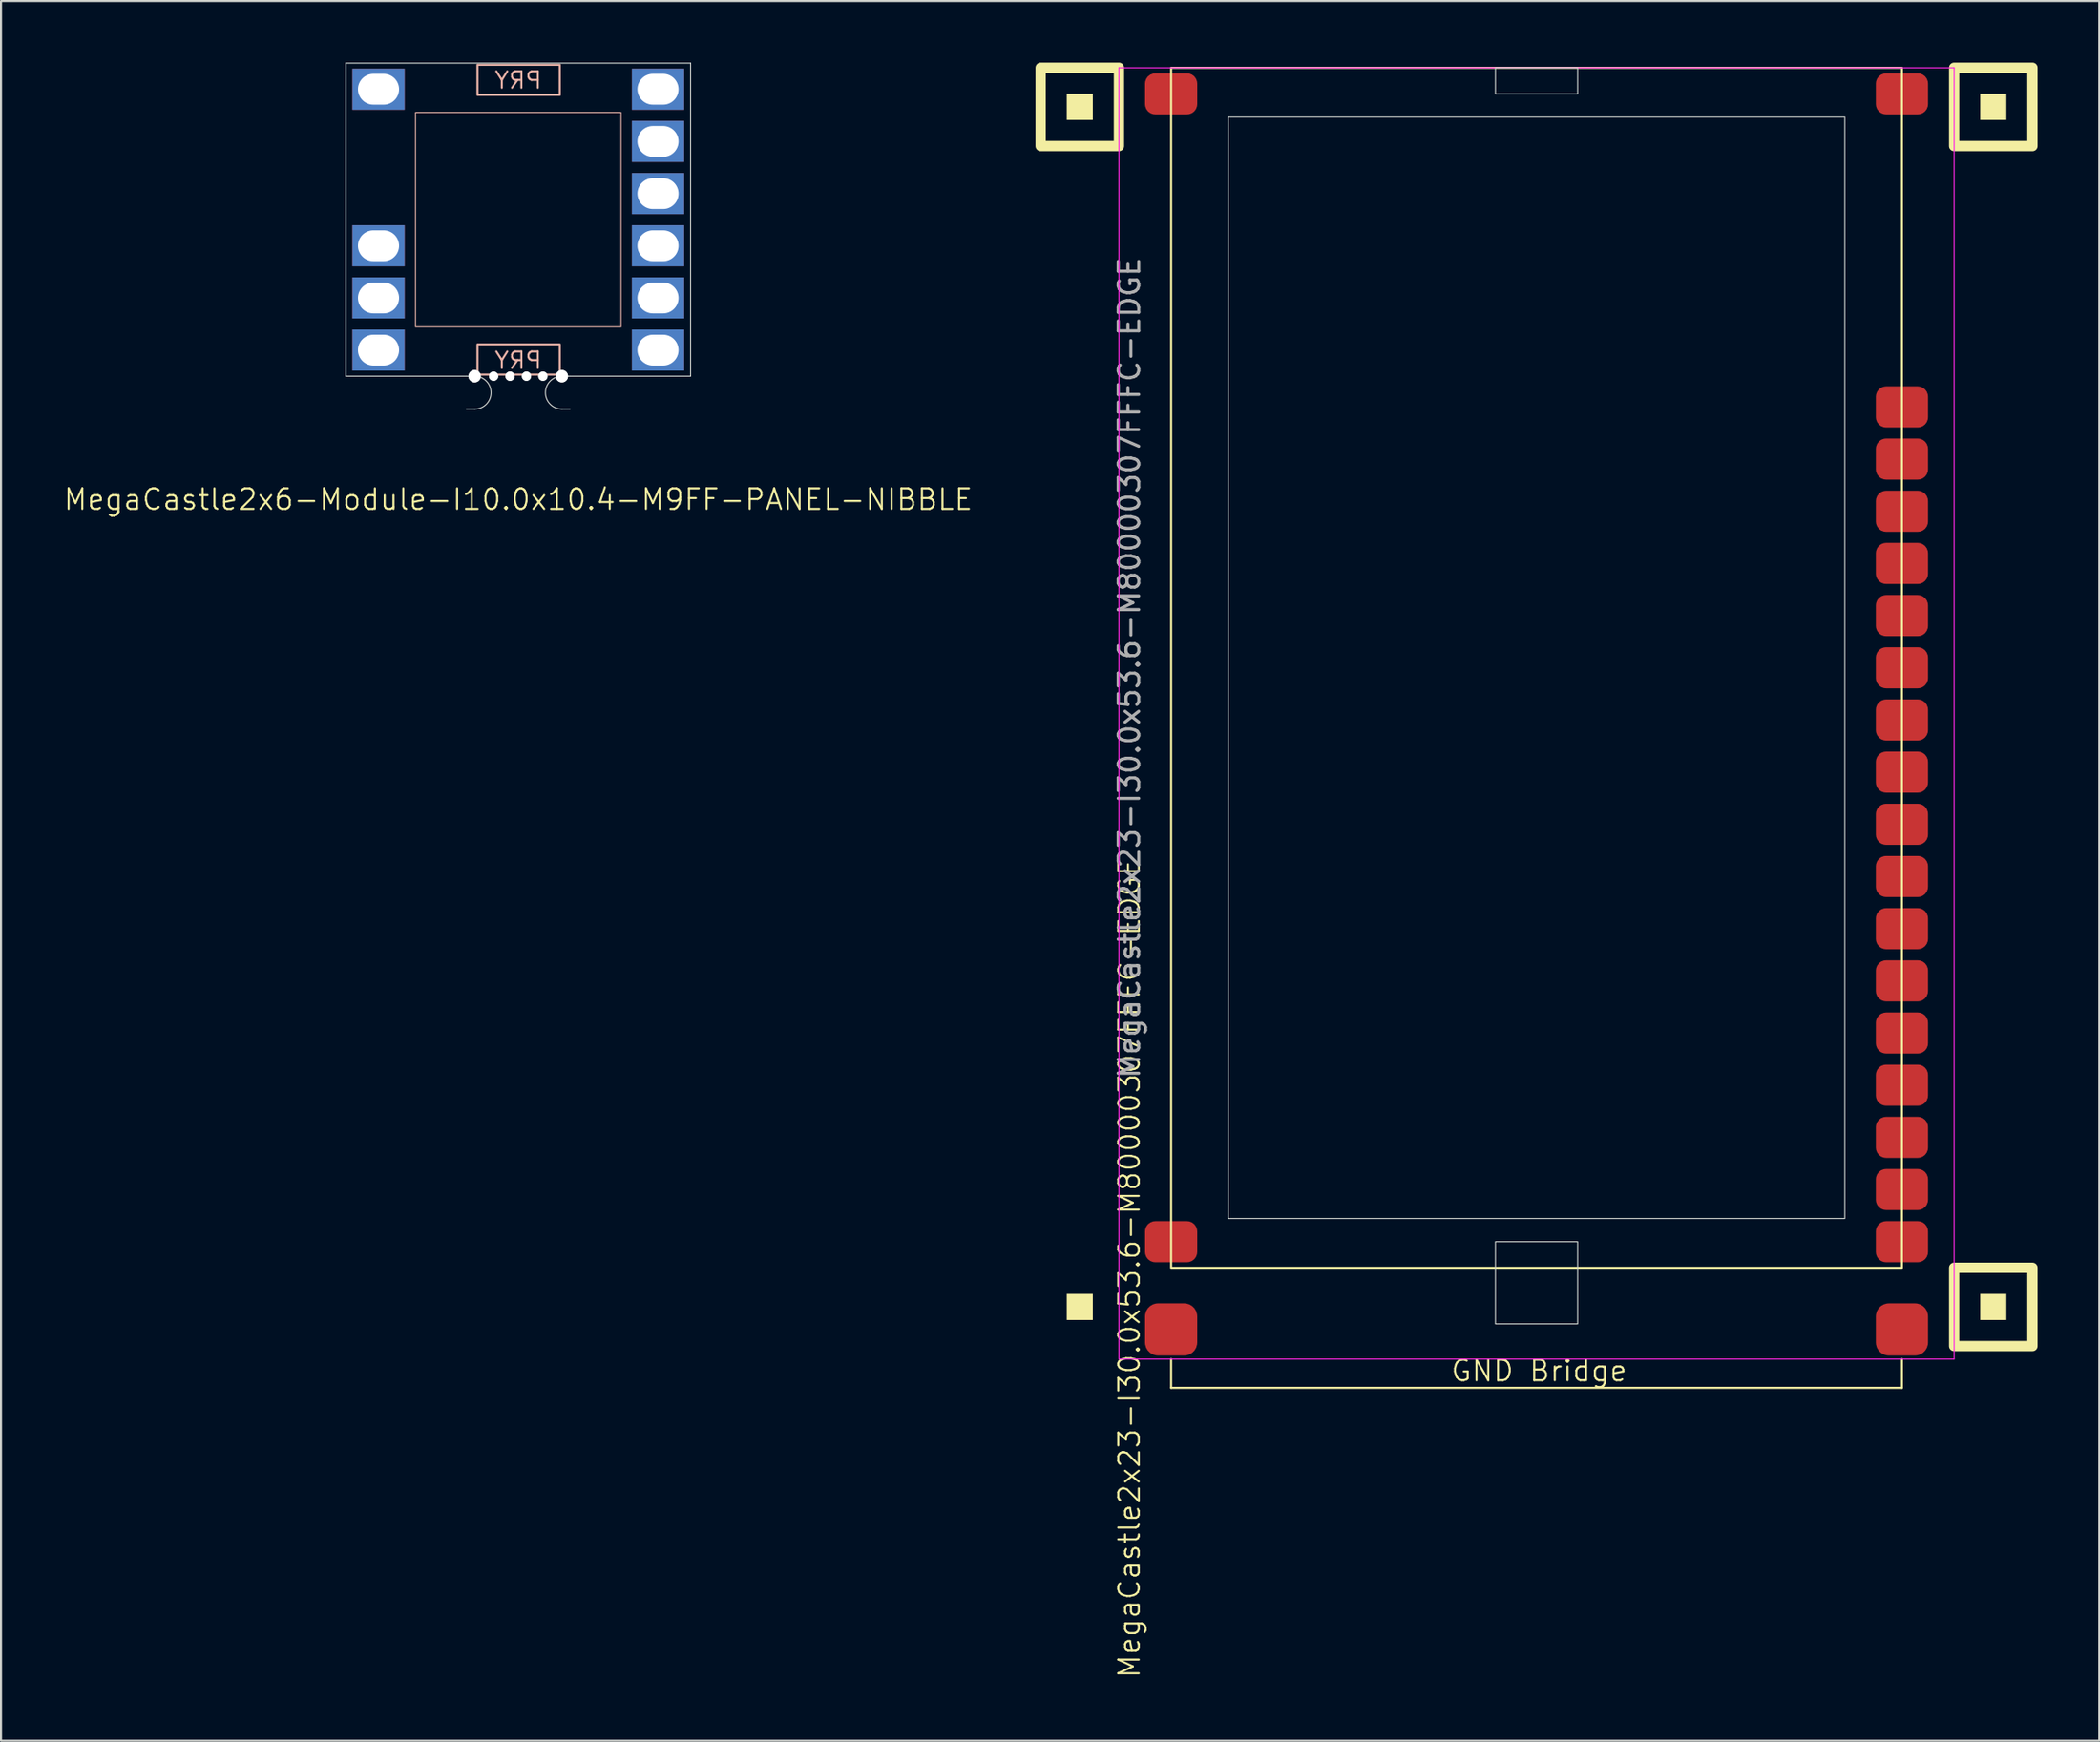
<source format=kicad_pcb>
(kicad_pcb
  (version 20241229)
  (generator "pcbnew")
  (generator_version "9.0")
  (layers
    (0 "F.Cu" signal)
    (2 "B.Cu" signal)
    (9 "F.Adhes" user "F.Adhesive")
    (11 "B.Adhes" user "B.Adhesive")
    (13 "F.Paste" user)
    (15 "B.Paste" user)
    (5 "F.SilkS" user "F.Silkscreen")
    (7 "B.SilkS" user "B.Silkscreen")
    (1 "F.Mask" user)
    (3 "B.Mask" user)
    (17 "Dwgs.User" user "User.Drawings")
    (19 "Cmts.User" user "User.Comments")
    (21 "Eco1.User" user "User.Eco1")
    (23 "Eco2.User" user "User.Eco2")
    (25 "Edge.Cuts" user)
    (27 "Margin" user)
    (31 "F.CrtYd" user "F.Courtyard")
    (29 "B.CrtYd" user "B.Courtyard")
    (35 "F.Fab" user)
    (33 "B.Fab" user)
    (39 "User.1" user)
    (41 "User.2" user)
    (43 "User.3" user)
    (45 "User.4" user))
  (footprint "MegaCastle2x23-I30.0x53.6-M80000307FFFC-EDGE"
    (layer "F.Cu")
    (at 71.718 29.46)
    (property "Reference" "MegaCastle2x23-I30.0x53.6-M80000307FFFC-EDGE" (at -19.812 29.21 90) (unlocked yes) (layer "F.SilkS") (effects (font (size 1 1) (thickness 0.1))))
    (attr smd)
    (fp_line (start -17.78 33.655) (end -17.78 35.055) (stroke (width 0.1) (type default)) (layer "F.SilkS"))
    (fp_line (start -17.78 35.055) (end 17.78 35.055) (stroke (width 0.1) (type default)) (layer "F.SilkS"))
    (fp_line (start 17.78 33.655) (end 17.78 35.055) (stroke (width 0.1) (type default)) (layer "F.SilkS"))
    (fp_rect (start -21.59 -26.67) (end -22.86 -27.94) (stroke (width 0) (type solid)) (fill yes) (layer "F.SilkS"))
    (fp_rect (start -21.59 31.75) (end -22.86 30.48) (stroke (width 0) (type solid)) (fill yes) (layer "F.SilkS"))
    (fp_rect (start -20.32 -25.4) (end -24.13 -29.21) (stroke (width 0.5) (type default)) (fill no) (layer "F.SilkS"))
    (fp_rect (start -17.78 -29.21) (end 17.78 29.21) (stroke (width 0.1) (type default)) (fill no) (layer "F.SilkS"))
    (fp_rect (start 22.86 -26.67) (end 21.59 -27.94) (stroke (width 0) (type solid)) (fill yes) (layer "F.SilkS"))
    (fp_rect (start 22.86 31.75) (end 21.59 30.48) (stroke (width 0) (type solid)) (fill yes) (layer "F.SilkS"))
    (fp_rect (start 24.13 -25.4) (end 20.32 -29.21) (stroke (width 0.5) (type default)) (fill no) (layer "F.SilkS"))
    (fp_rect (start 24.13 33.02) (end 20.32 29.21) (stroke (width 0.5) (type default)) (fill no) (layer "F.SilkS"))
    (fp_rect (start -15 -26.81) (end 15 26.81) (stroke (width 0.05) (type default)) (fill no) (layer "Edge.Cuts"))
    (fp_rect (start -2 -27.94) (end 2 -29.21) (stroke (width 0.05) (type default)) (fill no) (layer "Edge.Cuts"))
    (fp_rect (start -2 27.94) (end 2 31.94) (stroke (width 0.05) (type default)) (fill no) (layer "Edge.Cuts"))
    (fp_line (start -20.32 -29.21) (end -20.32 33.655) (stroke (width 0.05) (type default)) (layer "F.CrtYd"))
    (fp_line (start -20.32 33.655) (end 20.32 33.655) (stroke (width 0.05) (type default)) (layer "F.CrtYd"))
    (fp_line (start 20.32 -29.21) (end -20.32 -29.21) (stroke (width 0.05) (type default)) (layer "F.CrtYd"))
    (fp_line (start 20.32 -29.21) (end 20.32 33.655) (stroke (width 0.05) (type default)) (layer "F.CrtYd"))
    (fp_text user "GND Bridge" (at -4.226 34.81 0) (unlocked yes) (layer "F.SilkS") (effects (font (size 1 1) (thickness 0.1)) (justify left bottom)))
    (fp_text user "${REFERENCE}" (at -19.812 0 90) (unlocked yes) (layer "F.Fab") (effects (font (size 1 1) (thickness 0.15))))
    (pad "1" smd roundrect (at -17.78 -27.94) (size 2.54 2) (layers "F.Cu" "F.Mask" "F.Paste") (roundrect_rratio 0.25))
    (pad "23" smd roundrect (at -17.78 27.94) (size 2.54 2) (layers "F.Cu" "F.Mask" "F.Paste") (roundrect_rratio 0.25))
    (pad "24" smd roundrect (at 17.78 -27.94) (size 2.54 2) (layers "F.Cu" "F.Mask" "F.Paste") (roundrect_rratio 0.25))
    (pad "30" smd roundrect (at 17.78 -12.7) (size 2.54 2) (layers "F.Cu" "F.Mask" "F.Paste") (roundrect_rratio 0.25))
    (pad "31" smd roundrect (at 17.78 -10.16) (size 2.54 2) (layers "F.Cu" "F.Mask" "F.Paste") (roundrect_rratio 0.25))
    (pad "32" smd roundrect (at 17.78 -7.62) (size 2.54 2) (layers "F.Cu" "F.Mask" "F.Paste") (roundrect_rratio 0.25))
    (pad "33" smd roundrect (at 17.78 -5.08) (size 2.54 2) (layers "F.Cu" "F.Mask" "F.Paste") (roundrect_rratio 0.25))
    (pad "34" smd roundrect (at 17.78 -2.54) (size 2.54 2) (layers "F.Cu" "F.Mask" "F.Paste") (roundrect_rratio 0.25))
    (pad "35" smd roundrect (at 17.78 0) (size 2.54 2) (layers "F.Cu" "F.Mask" "F.Paste") (roundrect_rratio 0.25))
    (pad "36" smd roundrect (at 17.78 2.54) (size 2.54 2) (layers "F.Cu" "F.Mask" "F.Paste") (roundrect_rratio 0.25))
    (pad "37" smd roundrect (at 17.78 5.08) (size 2.54 2) (layers "F.Cu" "F.Mask" "F.Paste") (roundrect_rratio 0.25))
    (pad "38" smd roundrect (at 17.78 7.62) (size 2.54 2) (layers "F.Cu" "F.Mask" "F.Paste") (roundrect_rratio 0.25))
    (pad "39" smd roundrect (at 17.78 10.16) (size 2.54 2) (layers "F.Cu" "F.Mask" "F.Paste") (roundrect_rratio 0.25))
    (pad "40" smd roundrect (at 17.78 12.7) (size 2.54 2) (layers "F.Cu" "F.Mask" "F.Paste") (roundrect_rratio 0.25))
    (pad "41" smd roundrect (at 17.78 15.24) (size 2.54 2) (layers "F.Cu" "F.Mask" "F.Paste") (roundrect_rratio 0.25))
    (pad "42" smd roundrect (at 17.78 17.78) (size 2.54 2) (layers "F.Cu" "F.Mask" "F.Paste") (roundrect_rratio 0.25))
    (pad "43" smd roundrect (at 17.78 20.32) (size 2.54 2) (layers "F.Cu" "F.Mask" "F.Paste") (roundrect_rratio 0.25))
    (pad "44" smd roundrect (at 17.78 22.86) (size 2.54 2) (layers "F.Cu" "F.Mask" "F.Paste") (roundrect_rratio 0.25))
    (pad "45" smd roundrect (at 17.78 25.4) (size 2.54 2) (layers "F.Cu" "F.Mask" "F.Paste") (roundrect_rratio 0.25))
    (pad "46" smd roundrect (at 17.78 27.94) (size 2.54 2) (layers "F.Cu" "F.Mask" "F.Paste") (roundrect_rratio 0.25))
    (pad "B1" smd roundrect (at -17.78 32.21) (size 2.54 2.54) (layers "F.Cu" "F.Mask" "F.Paste") (roundrect_rratio 0.25))
    (pad "B2" smd roundrect (at 17.78 32.21) (size 2.54 2.54) (layers "F.Cu" "F.Mask" "F.Paste") (roundrect_rratio 0.25)))
  (footprint "MegaCastle2x6-Module-I10.0x10.4-M9FF-PANEL-NIBBLE"
    (layer "F.Cu")
    (at 22.169 7.645)
    (property "Reference" "MegaCastle2x6-Module-I10.0x10.4-M9FF-PANEL-NIBBLE" (at 0 13.62 0) (unlocked yes) (layer "F.SilkS") (effects (font (size 1 1) (thickness 0.1))))
    (attr smd)
    (fp_rect (start -5 5.22) (end 5 -5.22) (stroke (width 0.05) (type default)) (fill no) (layer "B.SilkS"))
    (fp_rect (start -1.984 -6.071) (end 2.02 -7.54) (stroke (width 0.1) (type default)) (fill no) (layer "B.SilkS"))
    (fp_rect (start -1.984 6.071) (end 2.02 7.54) (stroke (width 0.1) (type default)) (fill no) (layer "B.SilkS"))
    (fp_line (start -8.387 -7.62) (end -8.387 7.62) (stroke (width 0.05) (type default)) (layer "Edge.Cuts"))
    (fp_line (start -8.387 -7.62) (end 8.387 -7.62) (stroke (width 0.05) (type default)) (layer "Edge.Cuts"))
    (fp_line (start -8.387 7.62) (end -2.522 7.62) (stroke (width 0.05) (type default)) (layer "Edge.Cuts"))
    (fp_line (start -2.522 7.62) (end -2.123 7.62) (stroke (width 0.05) (type default)) (layer "Edge.Cuts"))
    (fp_line (start -2.522 9.22) (end -2.123 9.22) (stroke (width 0.05) (type default)) (layer "Edge.Cuts"))
    (fp_line (start 2.522 7.62) (end 2.123 7.62) (stroke (width 0.05) (type default)) (layer "Edge.Cuts"))
    (fp_line (start 2.522 7.62) (end 8.387 7.62) (stroke (width 0.05) (type default)) (layer "Edge.Cuts"))
    (fp_line (start 2.522 9.22) (end 2.123 9.22) (stroke (width 0.05) (type default)) (layer "Edge.Cuts"))
    (fp_line (start 8.387 -7.62) (end 8.387 7.62) (stroke (width 0.05) (type default)) (layer "Edge.Cuts"))
    (fp_arc (start -2.1225 7.62) (mid -1.3225 8.42) (end -2.1225 9.22) (stroke (width 0.05) (type default)) (layer "Edge.Cuts"))
    (fp_arc (start 2.1225 9.22) (mid 1.3225 8.42) (end 2.1225 7.62) (stroke (width 0.05) (type default)) (layer "Edge.Cuts"))
    (fp_text user "PRY" (at 0 -6.32 0) (unlocked yes) (layer "B.SilkS") (effects (font (size 0.8 0.8) (thickness 0.1)) (justify bottom mirror)))
    (fp_text user "PRY" (at 0 7.32 0) (unlocked yes) (layer "B.SilkS") (effects (font (size 0.8 0.8) (thickness 0.1)) (justify bottom mirror)))
    (pad "" np_thru_hole circle (at -2.123 7.62) (size 0.6 0.6) (drill 0.6) (layers "*.Cu" "Edge.Cuts"))
    (pad "" np_thru_hole circle (at -1.2 7.62) (size 0.45 0.45) (drill 0.45) (layers "*.Cu" "Edge.Cuts"))
    (pad "" np_thru_hole circle (at -0.4 7.62) (size 0.45 0.45) (drill 0.45) (layers "*.Cu" "Edge.Cuts"))
    (pad "" np_thru_hole circle (at 0.4 7.62) (size 0.45 0.45) (drill 0.45) (layers "*.Cu" "Edge.Cuts"))
    (pad "" np_thru_hole circle (at 1.2 7.62) (size 0.45 0.45) (drill 0.45) (layers "*.Cu" "Edge.Cuts"))
    (pad "" np_thru_hole circle (at 2.123 7.62) (size 0.6 0.6) (drill 0.6) (layers "*.Cu" "Edge.Cuts"))
    (pad "1" thru_hole rect (at -6.8 -6.35) (size 2.54 2) (drill oval 2 1.5) (property pad_prop_castellated) (layers "*.Cu" "*.Mask"))
    (pad "4" thru_hole rect (at -6.8 1.27) (size 2.54 2) (drill oval 2 1.5) (property pad_prop_castellated) (layers "*.Cu" "*.Mask"))
    (pad "5" thru_hole rect (at -6.8 3.81) (size 2.54 2) (drill oval 2 1.5) (property pad_prop_castellated) (layers "*.Cu" "*.Mask"))
    (pad "6" thru_hole rect (at -6.8 6.35) (size 2.54 2) (drill oval 2 1.5) (property pad_prop_castellated) (layers "*.Cu" "*.Mask"))
    (pad "7" thru_hole rect (at 6.8 -6.35) (size 2.54 2) (drill oval 2 1.5) (property pad_prop_castellated) (layers "*.Cu" "*.Mask"))
    (pad "8" thru_hole rect (at 6.8 -3.81) (size 2.54 2) (drill oval 2 1.5) (property pad_prop_castellated) (layers "*.Cu" "*.Mask"))
    (pad "9" thru_hole rect (at 6.8 -1.27) (size 2.54 2) (drill oval 2 1.5) (property pad_prop_castellated) (layers "*.Cu" "*.Mask"))
    (pad "10" thru_hole rect (at 6.8 1.27) (size 2.54 2) (drill oval 2 1.5) (property pad_prop_castellated) (layers "*.Cu" "*.Mask"))
    (pad "11" thru_hole rect (at 6.8 3.81) (size 2.54 2) (drill oval 2 1.5) (property pad_prop_castellated) (layers "*.Cu" "*.Mask"))
    (pad "12" thru_hole rect (at 6.8 6.35) (size 2.54 2) (drill oval 2 1.5) (property pad_prop_castellated) (layers "*.Cu" "*.Mask"))
    (zone (net_name "") (layer "B.Cu") (hatch edge 0.5) (connect_pads) (min_thickness 0.25) (filled_areas_thickness no) (keepout (tracks allowed) (vias allowed) (pads allowed) (copperpour allowed) (footprints not_allowed)) (placement (enabled no)) (fill) (polygon (pts (xy 15.369 15.265) (xy 15.369 0.025) (xy 17.169 0.025) (xy 17.169 15.265))))
    (zone (net_name "") (layer "B.Cu") (hatch edge 0.5) (connect_pads) (min_thickness 0.25) (filled_areas_thickness no) (keepout (tracks allowed) (vias allowed) (pads allowed) (copperpour allowed) (footprints not_allowed)) (placement (enabled no)) (fill) (polygon (pts (xy 17.169 0.025) (xy 17.169 2.425) (xy 27.169 2.425) (xy 27.169 0.025))))
    (zone (net_name "") (layer "B.Cu") (hatch edge 0.5) (connect_pads) (min_thickness 0.25) (filled_areas_thickness no) (keepout (tracks allowed) (vias allowed) (pads allowed) (copperpour allowed) (footprints not_allowed)) (placement (enabled no)) (fill) (polygon (pts (xy 17.169 15.265) (xy 17.169 12.865) (xy 27.169 12.865) (xy 27.169 15.265))))
    (zone (net_name "") (layer "B.Cu") (name "Upper Pry Zone") (hatch edge 0.5) (connect_pads) (min_thickness 0.25) (filled_areas_thickness no) (keepout (tracks not_allowed) (vias not_allowed) (pads not_allowed) (copperpour allowed) (footprints not_allowed)) (placement (enabled no)) (fill) (polygon (pts (xy 20.185 1.574) (xy 20.185 0.105) (xy 24.189 0.105) (xy 24.189 1.574))))
    (zone (net_name "") (layer "B.Cu") (name "Upper Pry Zone") (hatch edge 0.5) (connect_pads) (min_thickness 0.25) (filled_areas_thickness no) (keepout (tracks not_allowed) (vias not_allowed) (pads not_allowed) (copperpour allowed) (footprints not_allowed)) (placement (enabled no)) (fill) (polygon (pts (xy 20.185 13.716) (xy 20.185 15.185) (xy 24.189 15.185) (xy 24.189 13.716))))
    (zone (net_name "") (layer "B.Cu") (hatch edge 0.5) (connect_pads) (min_thickness 0.25) (filled_areas_thickness no) (keepout (tracks allowed) (vias allowed) (pads allowed) (copperpour allowed) (footprints not_allowed)) (placement (enabled no)) (fill) (polygon (pts (xy 28.969 15.265) (xy 28.969 0.025) (xy 27.169 0.025) (xy 27.169 15.265)))))
  (gr_rect
    (start -3 -3)
    (end 99.098 81.696)
    (stroke (width 0.1) (type default))
    (fill no)
    (layer "Edge.Cuts")))
</source>
